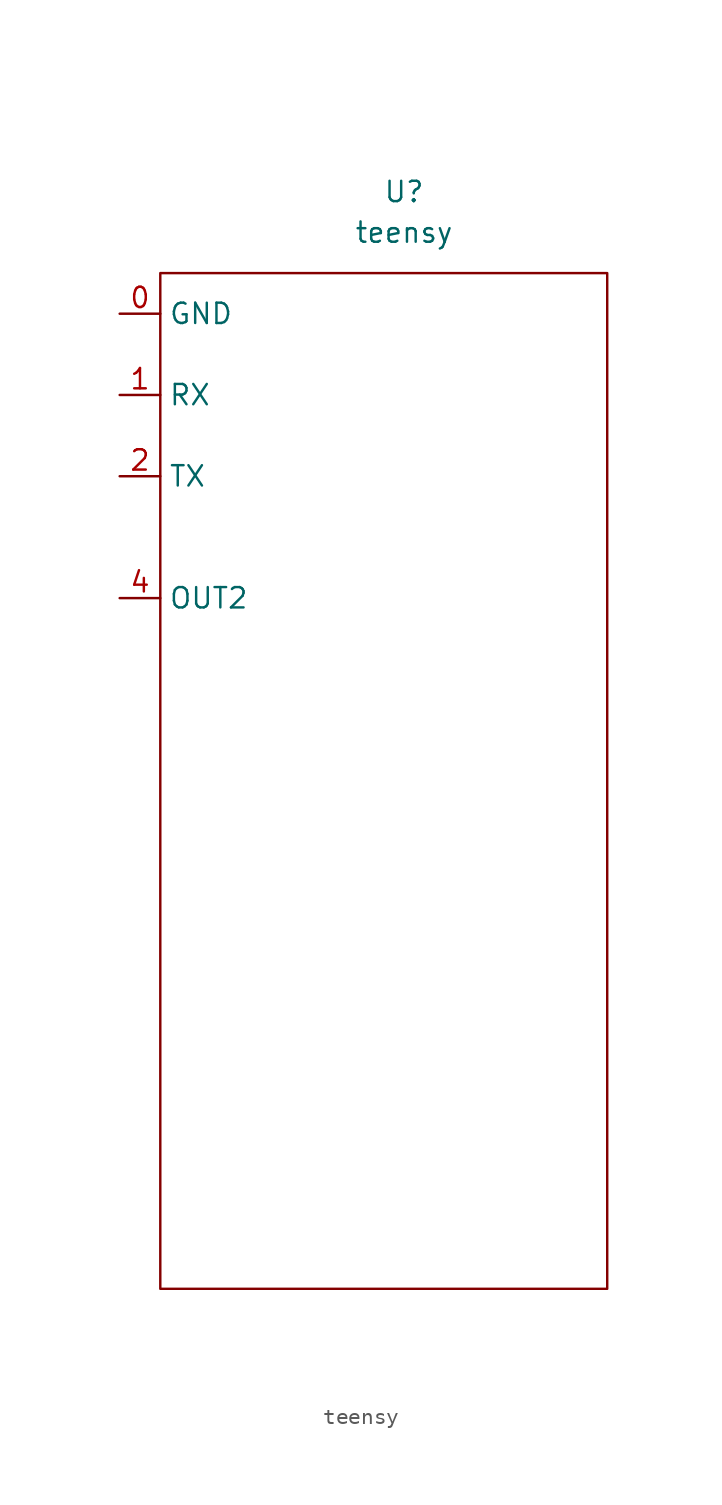
<source format=kicad_sym>
(kicad_symbol_lib
  (version 20211014)
  (generator kicad_symbol_editor)
  (symbol "teensy"
    (property "Reference" "U"
      (at 0 0 0)
      (effects (font (size 1.27 1.27))))
    (property "Value" "teensy"
      (at 0 -2.54 0)
      (effects (font (size 1.27 1.27))))
    (symbol "teensy_0_1"
      (rectangle (start -15.24 -5.08) (end 12.7 -68.58) (stroke (width 0.152) (type default) (color 0 0 0 0)) (fill (type none))))
    (symbol "teensy_1_1"
      (pin input line (at -17.78 -7.62 0) (length 2.54) (name "GND" (effects (font (size 1.27 1.27)))) (number "0" (effects (font (size 1.27 1.27)))))
      (pin input line (at -17.78 -12.7 0) (length 2.54) (name "RX" (effects (font (size 1.27 1.27)))) (number "1" (effects (font (size 1.27 1.27)))))
      (pin input line (at -17.78 -17.78 0) (length 2.54) (name "TX" (effects (font (size 1.27 1.27)))) (number "2" (effects (font (size 1.27 1.27)))))
      (pin input line (at -17.78 -25.4 0) (length 2.54) (name "OUT2" (effects (font (size 1.27 1.27)))) (number "4" (effects (font (size 1.27 1.27))))))))
</source>
